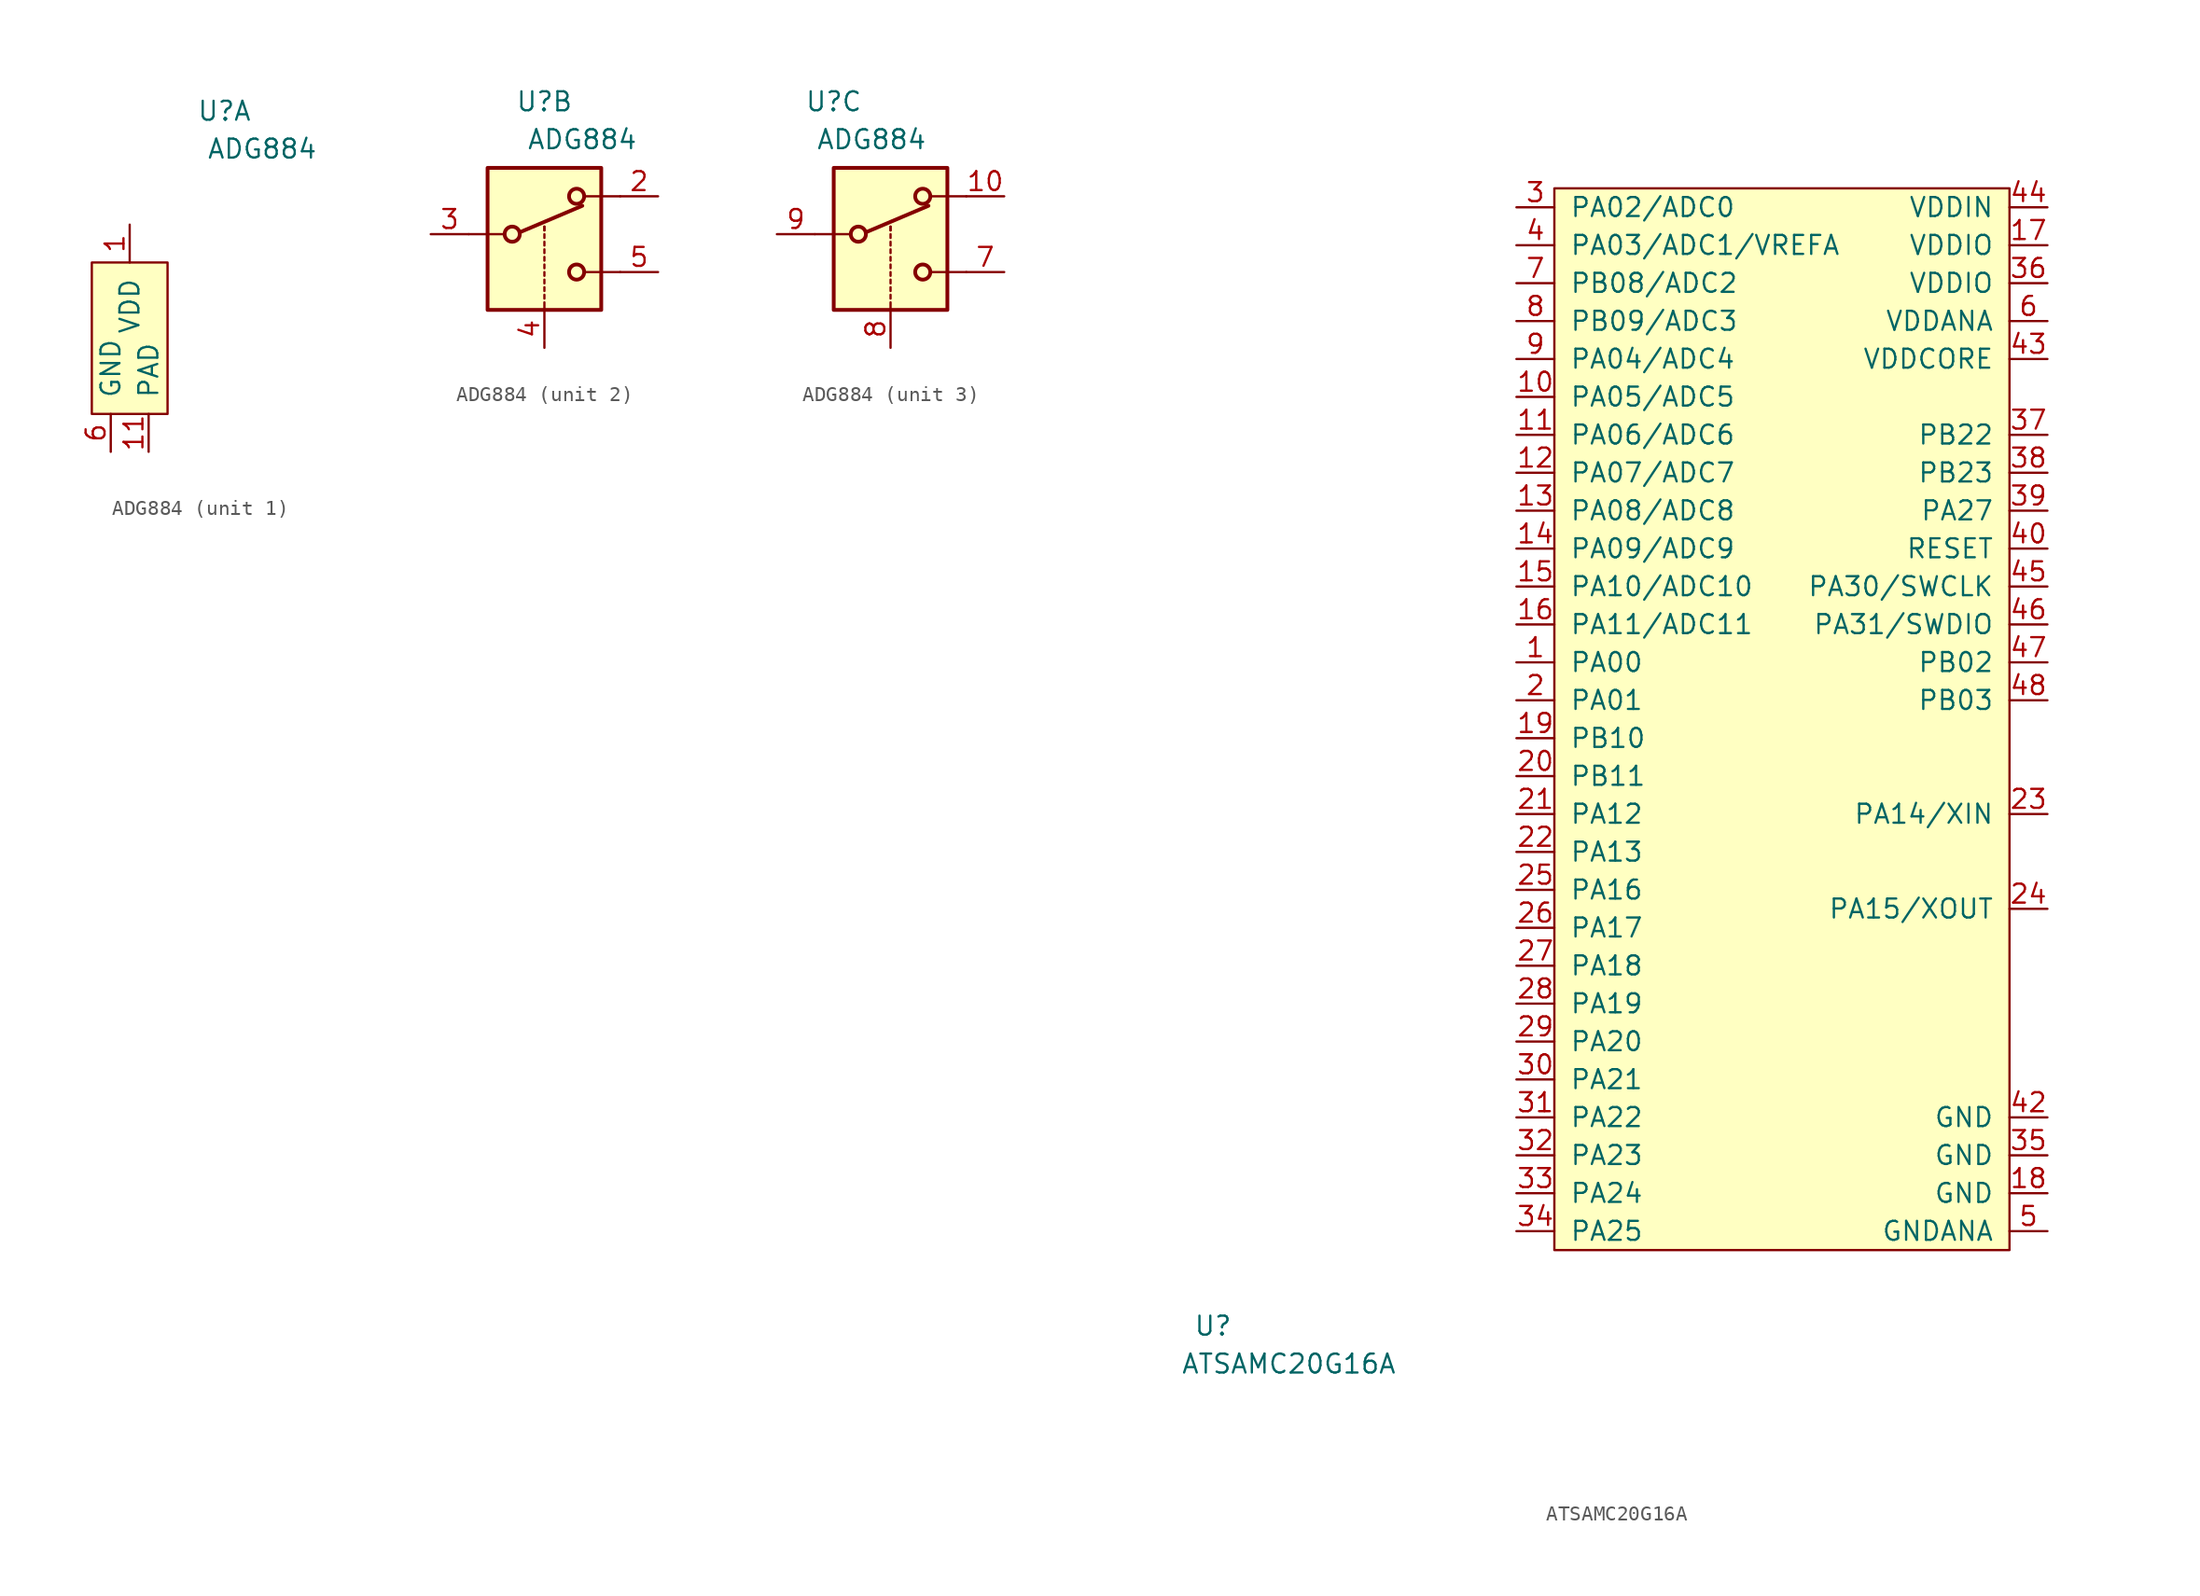
<source format=kicad_sym>
(kicad_symbol_lib
  (version 20220914)
  (generator kicad_symbol_editor)
  (symbol "ADG884"
    (pin_names
      (offset 1.016))
    (property "Reference" "U"
      (at 8.89 20.32 0)
      (effects (font (size 1.27 1.27))))
    (property "Value" "ADG884"
      (at 11.43 17.78 0)
      (effects (font (size 1.27 1.27))))
    (property "ki_locked" ""
      (at 0 0 0)
      (effects (font (size 1.27 1.27))))
    (symbol "ADG884_1_1"
      (rectangle (start 5.08 10.16) (end 0 0) (stroke (width 0) (type solid)) (fill (type background)))
      (pin input line (at 2.54 12.7 270) (length 2.54) (name "VDD" (effects (font (size 1.27 1.27)))) (number "1" (effects (font (size 1.27 1.27)))))
      (pin input line (at 3.81 -2.54 90) (length 2.54) (name "PAD" (effects (font (size 1.27 1.27)))) (number "11" (effects (font (size 1.27 1.27)))))
      (pin input line (at 1.27 -2.54 90) (length 2.54) (name "GND" (effects (font (size 1.27 1.27)))) (number "6" (effects (font (size 1.27 1.27))))))
    (symbol "ADG884_2_1"
      (polyline (pts (xy 3.81 11.43) (xy 6.096 11.43)) (stroke (width 0) (type solid)) (fill (type none)))
      (polyline (pts (xy 7.239 11.557) (xy 11.43 13.335)) (stroke (width 0.254) (type solid)) (fill (type none)))
      (polyline (pts (xy 8.89 6.35) (xy 8.89 6.858)) (stroke (width 0) (type solid)) (fill (type none)))
      (polyline (pts (xy 8.89 7.112) (xy 8.89 7.366)) (stroke (width 0) (type solid)) (fill (type none)))
      (polyline (pts (xy 8.89 7.62) (xy 8.89 7.874)) (stroke (width 0) (type solid)) (fill (type none)))
      (polyline (pts (xy 8.89 8.128) (xy 8.89 8.382)) (stroke (width 0) (type solid)) (fill (type none)))
      (polyline (pts (xy 8.89 8.636) (xy 8.89 8.89)) (stroke (width 0) (type solid)) (fill (type none)))
      (polyline (pts (xy 8.89 9.144) (xy 8.89 9.398)) (stroke (width 0) (type solid)) (fill (type none)))
      (polyline (pts (xy 8.89 9.652) (xy 8.89 9.906)) (stroke (width 0) (type solid)) (fill (type none)))
      (polyline (pts (xy 8.89 10.16) (xy 8.89 10.414)) (stroke (width 0) (type solid)) (fill (type none)))
      (polyline (pts (xy 8.89 10.668) (xy 8.89 10.922)) (stroke (width 0) (type solid)) (fill (type none)))
      (polyline (pts (xy 8.89 11.176) (xy 8.89 11.43)) (stroke (width 0) (type solid)) (fill (type none)))
      (polyline (pts (xy 8.89 11.684) (xy 8.89 11.938)) (stroke (width 0) (type solid)) (fill (type none)))
      (polyline (pts (xy 8.89 11.684) (xy 8.89 11.938)) (stroke (width 0) (type solid)) (fill (type none)))
      (polyline (pts (xy 13.97 8.89) (xy 11.684 8.89)) (stroke (width 0) (type solid)) (fill (type none)))
      (polyline (pts (xy 13.97 13.97) (xy 11.684 13.97)) (stroke (width 0) (type solid)) (fill (type none)))
      (rectangle (start 5.08 15.875) (end 12.7 6.35) (stroke (width 0.254) (type solid)) (fill (type background)))
      (circle (center 6.731 11.43) (radius 0.508) (stroke (width 0.254) (type solid)) (fill (type none)))
      (circle (center 11.049 8.89) (radius 0.508) (stroke (width 0.254) (type solid)) (fill (type none)))
      (circle (center 11.049 13.97) (radius 0.508) (stroke (width 0.254) (type solid)) (fill (type none)))
      (pin passive line (at 16.51 13.97 180) (length 2.54) (name "~" (effects (font (size 1.27 1.27)))) (number "2" (effects (font (size 1.27 1.27)))))
      (pin passive line (at 1.27 11.43 0) (length 2.54) (name "~" (effects (font (size 1.27 1.27)))) (number "3" (effects (font (size 1.27 1.27)))))
      (pin input line (at 8.89 3.81 90) (length 2.54) (name "~" (effects (font (size 1.27 1.27)))) (number "4" (effects (font (size 1.27 1.27)))))
      (pin passive line (at 16.51 8.89 180) (length 2.54) (name "~" (effects (font (size 1.27 1.27)))) (number "5" (effects (font (size 1.27 1.27))))))
    (symbol "ADG884_3_1"
      (polyline (pts (xy 7.62 11.43) (xy 9.906 11.43)) (stroke (width 0) (type solid)) (fill (type none)))
      (polyline (pts (xy 11.049 11.557) (xy 15.24 13.335)) (stroke (width 0.254) (type solid)) (fill (type none)))
      (polyline (pts (xy 12.7 6.35) (xy 12.7 6.858)) (stroke (width 0) (type solid)) (fill (type none)))
      (polyline (pts (xy 12.7 7.112) (xy 12.7 7.366)) (stroke (width 0) (type solid)) (fill (type none)))
      (polyline (pts (xy 12.7 7.62) (xy 12.7 7.874)) (stroke (width 0) (type solid)) (fill (type none)))
      (polyline (pts (xy 12.7 8.128) (xy 12.7 8.382)) (stroke (width 0) (type solid)) (fill (type none)))
      (polyline (pts (xy 12.7 8.636) (xy 12.7 8.89)) (stroke (width 0) (type solid)) (fill (type none)))
      (polyline (pts (xy 12.7 9.144) (xy 12.7 9.398)) (stroke (width 0) (type solid)) (fill (type none)))
      (polyline (pts (xy 12.7 9.652) (xy 12.7 9.906)) (stroke (width 0) (type solid)) (fill (type none)))
      (polyline (pts (xy 12.7 10.16) (xy 12.7 10.414)) (stroke (width 0) (type solid)) (fill (type none)))
      (polyline (pts (xy 12.7 10.668) (xy 12.7 10.922)) (stroke (width 0) (type solid)) (fill (type none)))
      (polyline (pts (xy 12.7 11.176) (xy 12.7 11.43)) (stroke (width 0) (type solid)) (fill (type none)))
      (polyline (pts (xy 12.7 11.684) (xy 12.7 11.938)) (stroke (width 0) (type solid)) (fill (type none)))
      (polyline (pts (xy 12.7 11.684) (xy 12.7 11.938)) (stroke (width 0) (type solid)) (fill (type none)))
      (polyline (pts (xy 17.78 8.89) (xy 15.494 8.89)) (stroke (width 0) (type solid)) (fill (type none)))
      (polyline (pts (xy 17.78 13.97) (xy 15.494 13.97)) (stroke (width 0) (type solid)) (fill (type none)))
      (rectangle (start 8.89 15.875) (end 16.51 6.35) (stroke (width 0.254) (type solid)) (fill (type background)))
      (circle (center 10.541 11.43) (radius 0.508) (stroke (width 0.254) (type solid)) (fill (type none)))
      (circle (center 14.859 8.89) (radius 0.508) (stroke (width 0.254) (type solid)) (fill (type none)))
      (circle (center 14.859 13.97) (radius 0.508) (stroke (width 0.254) (type solid)) (fill (type none)))
      (pin passive line (at 20.32 13.97 180) (length 2.54) (name "~" (effects (font (size 1.27 1.27)))) (number "10" (effects (font (size 1.27 1.27)))))
      (pin passive line (at 20.32 8.89 180) (length 2.54) (name "~" (effects (font (size 1.27 1.27)))) (number "7" (effects (font (size 1.27 1.27)))))
      (pin input line (at 12.7 3.81 90) (length 2.54) (name "~" (effects (font (size 1.27 1.27)))) (number "8" (effects (font (size 1.27 1.27)))))
      (pin passive line (at 5.08 11.43 0) (length 2.54) (name "~" (effects (font (size 1.27 1.27)))) (number "9" (effects (font (size 1.27 1.27)))))))
  (symbol "ATSAMC20G16A"
    (pin_names
      (offset 1.016))
    (property "Reference" "U"
      (at -22.86 -5.08 0)
      (effects (font (size 1.27 1.27))))
    (property "Value" "ATSAMC20G16A"
      (at -17.78 -7.62 0)
      (effects (font (size 1.27 1.27))))
    (symbol "ATSAMC20G16A_0_1"
      (rectangle (start 0 0) (end 30.48 71.12) (stroke (width 0) (type solid)) (fill (type background))))
    (symbol "ATSAMC20G16A_1_1"
      (pin input line (at -2.54 39.37 0) (length 2.54) (name "PA00" (effects (font (size 1.27 1.27)))) (number "1" (effects (font (size 1.27 1.27)))))
      (pin input line (at -2.54 57.15 0) (length 2.54) (name "PA05/ADC5" (effects (font (size 1.27 1.27)))) (number "10" (effects (font (size 1.27 1.27)))))
      (pin input line (at -2.54 54.61 0) (length 2.54) (name "PA06/ADC6" (effects (font (size 1.27 1.27)))) (number "11" (effects (font (size 1.27 1.27)))))
      (pin input line (at -2.54 52.07 0) (length 2.54) (name "PA07/ADC7" (effects (font (size 1.27 1.27)))) (number "12" (effects (font (size 1.27 1.27)))))
      (pin input line (at -2.54 49.53 0) (length 2.54) (name "PA08/ADC8" (effects (font (size 1.27 1.27)))) (number "13" (effects (font (size 1.27 1.27)))))
      (pin input line (at -2.54 46.99 0) (length 2.54) (name "PA09/ADC9" (effects (font (size 1.27 1.27)))) (number "14" (effects (font (size 1.27 1.27)))))
      (pin input line (at -2.54 44.45 0) (length 2.54) (name "PA10/ADC10" (effects (font (size 1.27 1.27)))) (number "15" (effects (font (size 1.27 1.27)))))
      (pin input line (at -2.54 41.91 0) (length 2.54) (name "PA11/ADC11" (effects (font (size 1.27 1.27)))) (number "16" (effects (font (size 1.27 1.27)))))
      (pin input line (at 33.02 67.31 180) (length 2.54) (name "VDDIO" (effects (font (size 1.27 1.27)))) (number "17" (effects (font (size 1.27 1.27)))))
      (pin input line (at 33.02 3.81 180) (length 2.54) (name "GND" (effects (font (size 1.27 1.27)))) (number "18" (effects (font (size 1.27 1.27)))))
      (pin input line (at -2.54 34.29 0) (length 2.54) (name "PB10" (effects (font (size 1.27 1.27)))) (number "19" (effects (font (size 1.27 1.27)))))
      (pin input line (at -2.54 36.83 0) (length 2.54) (name "PA01" (effects (font (size 1.27 1.27)))) (number "2" (effects (font (size 1.27 1.27)))))
      (pin input line (at -2.54 31.75 0) (length 2.54) (name "PB11" (effects (font (size 1.27 1.27)))) (number "20" (effects (font (size 1.27 1.27)))))
      (pin input line (at -2.54 29.21 0) (length 2.54) (name "PA12" (effects (font (size 1.27 1.27)))) (number "21" (effects (font (size 1.27 1.27)))))
      (pin input line (at -2.54 26.67 0) (length 2.54) (name "PA13" (effects (font (size 1.27 1.27)))) (number "22" (effects (font (size 1.27 1.27)))))
      (pin input line (at 33.02 29.21 180) (length 2.54) (name "PA14/XIN" (effects (font (size 1.27 1.27)))) (number "23" (effects (font (size 1.27 1.27)))))
      (pin input line (at 33.02 22.86 180) (length 2.54) (name "PA15/XOUT" (effects (font (size 1.27 1.27)))) (number "24" (effects (font (size 1.27 1.27)))))
      (pin input line (at -2.54 24.13 0) (length 2.54) (name "PA16" (effects (font (size 1.27 1.27)))) (number "25" (effects (font (size 1.27 1.27)))))
      (pin input line (at -2.54 21.59 0) (length 2.54) (name "PA17" (effects (font (size 1.27 1.27)))) (number "26" (effects (font (size 1.27 1.27)))))
      (pin input line (at -2.54 19.05 0) (length 2.54) (name "PA18" (effects (font (size 1.27 1.27)))) (number "27" (effects (font (size 1.27 1.27)))))
      (pin input line (at -2.54 16.51 0) (length 2.54) (name "PA19" (effects (font (size 1.27 1.27)))) (number "28" (effects (font (size 1.27 1.27)))))
      (pin input line (at -2.54 13.97 0) (length 2.54) (name "PA20" (effects (font (size 1.27 1.27)))) (number "29" (effects (font (size 1.27 1.27)))))
      (pin input line (at -2.54 69.85 0) (length 2.54) (name "PA02/ADC0" (effects (font (size 1.27 1.27)))) (number "3" (effects (font (size 1.27 1.27)))))
      (pin input line (at -2.54 11.43 0) (length 2.54) (name "PA21" (effects (font (size 1.27 1.27)))) (number "30" (effects (font (size 1.27 1.27)))))
      (pin input line (at -2.54 8.89 0) (length 2.54) (name "PA22" (effects (font (size 1.27 1.27)))) (number "31" (effects (font (size 1.27 1.27)))))
      (pin input line (at -2.54 6.35 0) (length 2.54) (name "PA23" (effects (font (size 1.27 1.27)))) (number "32" (effects (font (size 1.27 1.27)))))
      (pin input line (at -2.54 3.81 0) (length 2.54) (name "PA24" (effects (font (size 1.27 1.27)))) (number "33" (effects (font (size 1.27 1.27)))))
      (pin input line (at -2.54 1.27 0) (length 2.54) (name "PA25" (effects (font (size 1.27 1.27)))) (number "34" (effects (font (size 1.27 1.27)))))
      (pin input line (at 33.02 6.35 180) (length 2.54) (name "GND" (effects (font (size 1.27 1.27)))) (number "35" (effects (font (size 1.27 1.27)))))
      (pin input line (at 33.02 64.77 180) (length 2.54) (name "VDDIO" (effects (font (size 1.27 1.27)))) (number "36" (effects (font (size 1.27 1.27)))))
      (pin input line (at 33.02 54.61 180) (length 2.54) (name "PB22" (effects (font (size 1.27 1.27)))) (number "37" (effects (font (size 1.27 1.27)))))
      (pin input line (at 33.02 52.07 180) (length 2.54) (name "PB23" (effects (font (size 1.27 1.27)))) (number "38" (effects (font (size 1.27 1.27)))))
      (pin input line (at 33.02 49.53 180) (length 2.54) (name "PA27" (effects (font (size 1.27 1.27)))) (number "39" (effects (font (size 1.27 1.27)))))
      (pin input line (at -2.54 67.31 0) (length 2.54) (name "PA03/ADC1/VREFA" (effects (font (size 1.27 1.27)))) (number "4" (effects (font (size 1.27 1.27)))))
      (pin input line (at 33.02 46.99 180) (length 2.54) (name "RESET" (effects (font (size 1.27 1.27)))) (number "40" (effects (font (size 1.27 1.27)))))
      (pin input line (at 33.02 8.89 180) (length 2.54) (name "GND" (effects (font (size 1.27 1.27)))) (number "42" (effects (font (size 1.27 1.27)))))
      (pin input line (at 33.02 59.69 180) (length 2.54) (name "VDDCORE" (effects (font (size 1.27 1.27)))) (number "43" (effects (font (size 1.27 1.27)))))
      (pin input line (at 33.02 69.85 180) (length 2.54) (name "VDDIN" (effects (font (size 1.27 1.27)))) (number "44" (effects (font (size 1.27 1.27)))))
      (pin input line (at 33.02 44.45 180) (length 2.54) (name "PA30/SWCLK" (effects (font (size 1.27 1.27)))) (number "45" (effects (font (size 1.27 1.27)))))
      (pin input line (at 33.02 41.91 180) (length 2.54) (name "PA31/SWDIO" (effects (font (size 1.27 1.27)))) (number "46" (effects (font (size 1.27 1.27)))))
      (pin input line (at 33.02 39.37 180) (length 2.54) (name "PB02" (effects (font (size 1.27 1.27)))) (number "47" (effects (font (size 1.27 1.27)))))
      (pin input line (at 33.02 36.83 180) (length 2.54) (name "PB03" (effects (font (size 1.27 1.27)))) (number "48" (effects (font (size 1.27 1.27)))))
      (pin input line (at 33.02 1.27 180) (length 2.54) (name "GNDANA" (effects (font (size 1.27 1.27)))) (number "5" (effects (font (size 1.27 1.27)))))
      (pin input line (at 33.02 62.23 180) (length 2.54) (name "VDDANA" (effects (font (size 1.27 1.27)))) (number "6" (effects (font (size 1.27 1.27)))))
      (pin input line (at -2.54 64.77 0) (length 2.54) (name "PB08/ADC2" (effects (font (size 1.27 1.27)))) (number "7" (effects (font (size 1.27 1.27)))))
      (pin input line (at -2.54 62.23 0) (length 2.54) (name "PB09/ADC3" (effects (font (size 1.27 1.27)))) (number "8" (effects (font (size 1.27 1.27)))))
      (pin input line (at -2.54 59.69 0) (length 2.54) (name "PA04/ADC4" (effects (font (size 1.27 1.27)))) (number "9" (effects (font (size 1.27 1.27))))))))
</source>
